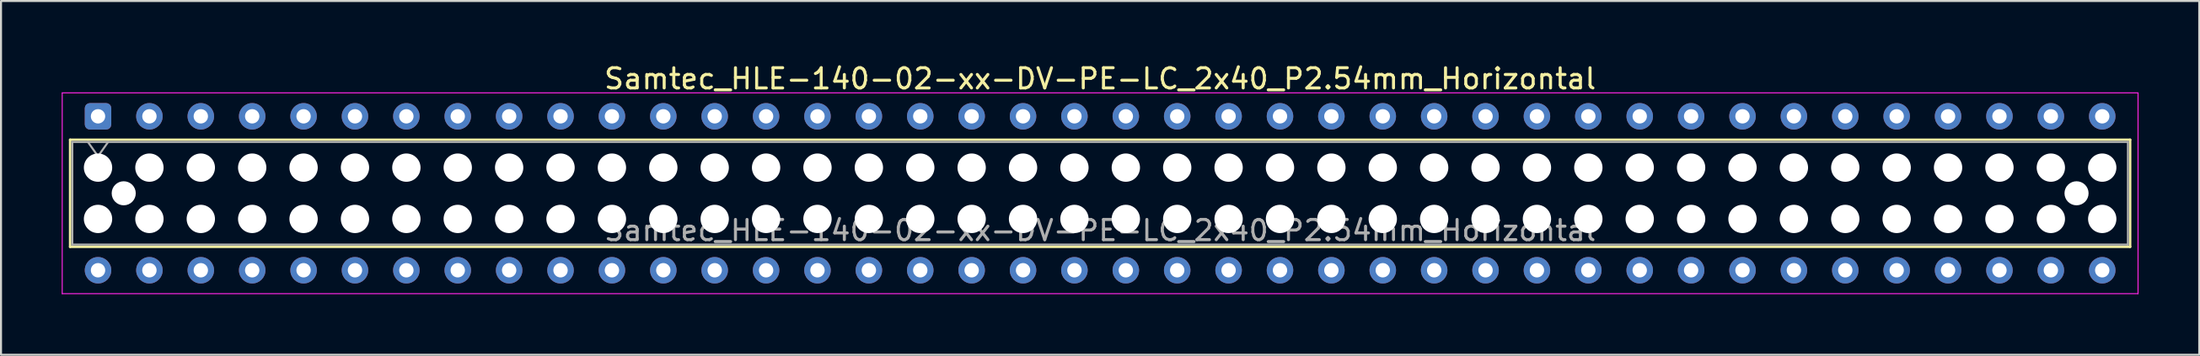
<source format=kicad_pcb>
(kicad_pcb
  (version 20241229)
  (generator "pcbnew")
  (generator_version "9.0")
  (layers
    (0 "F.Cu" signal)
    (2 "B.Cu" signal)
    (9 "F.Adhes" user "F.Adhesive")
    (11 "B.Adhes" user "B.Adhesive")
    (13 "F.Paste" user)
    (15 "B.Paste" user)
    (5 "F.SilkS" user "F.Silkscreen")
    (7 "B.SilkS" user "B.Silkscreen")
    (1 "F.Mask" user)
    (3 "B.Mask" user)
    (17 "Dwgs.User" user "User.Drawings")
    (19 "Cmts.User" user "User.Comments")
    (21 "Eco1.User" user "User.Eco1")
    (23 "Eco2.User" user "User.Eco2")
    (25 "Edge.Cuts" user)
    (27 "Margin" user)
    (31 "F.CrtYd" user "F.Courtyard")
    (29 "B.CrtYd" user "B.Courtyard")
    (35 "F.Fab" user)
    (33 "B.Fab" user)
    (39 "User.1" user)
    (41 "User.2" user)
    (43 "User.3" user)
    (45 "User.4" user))
  (footprint "Samtec_HLE-140-02-xx-DV-PE-LC_2x40_P2.54mm_Horizontal"
    (layer "F.Cu")
    (at 1.795 2.708)
    (property "Reference" "Samtec_HLE-140-02-xx-DV-PE-LC_2x40_P2.54mm_Horizontal" (at 49.53 -1.86 0) (layer "F.SilkS") (effects (font (size 1 1) (thickness 0.15))))
    (attr through_hole)
    (fp_line (start -1.38 1.16) (end 100.44 1.16) (stroke (width 0.12) (type solid)) (layer "F.SilkS"))
    (fp_line (start -1.38 6.46) (end -1.38 1.16) (stroke (width 0.12) (type solid)) (layer "F.SilkS"))
    (fp_line (start 100.44 1.16) (end 100.44 6.46) (stroke (width 0.12) (type solid)) (layer "F.SilkS"))
    (fp_line (start 100.44 6.46) (end -1.38 6.46) (stroke (width 0.12) (type solid)) (layer "F.SilkS"))
    (fp_line (start -1.77 -1.16) (end 100.83 -1.16) (stroke (width 0.05) (type solid)) (layer "F.CrtYd"))
    (fp_line (start -1.77 8.78) (end -1.77 -1.16) (stroke (width 0.05) (type solid)) (layer "F.CrtYd"))
    (fp_line (start 100.83 -1.16) (end 100.83 8.78) (stroke (width 0.05) (type solid)) (layer "F.CrtYd"))
    (fp_line (start 100.83 8.78) (end -1.77 8.78) (stroke (width 0.05) (type solid)) (layer "F.CrtYd"))
    (fp_line (start -1.27 1.27) (end 100.33 1.27) (stroke (width 0.1) (type solid)) (layer "F.Fab"))
    (fp_line (start -1.27 6.35) (end -1.27 1.27) (stroke (width 0.1) (type solid)) (layer "F.Fab"))
    (fp_line (start -0.5 1.27) (end 0 1.977) (stroke (width 0.1) (type solid)) (layer "F.Fab"))
    (fp_line (start 0 1.977) (end 0.5 1.27) (stroke (width 0.1) (type solid)) (layer "F.Fab"))
    (fp_line (start 100.33 1.27) (end 100.33 6.35) (stroke (width 0.1) (type solid)) (layer "F.Fab"))
    (fp_line (start 100.33 6.35) (end -1.27 6.35) (stroke (width 0.1) (type solid)) (layer "F.Fab"))
    (fp_text user "${REFERENCE}" (at 49.53 5.65 0) (layer "F.Fab") (effects (font (size 1 1) (thickness 0.15))))
    (pad "" np_thru_hole circle (at 0 2.54) (size 1.4 1.4) (drill 1.4) (layers "*.Cu" "*.Mask"))
    (pad "" np_thru_hole circle (at 0 5.08) (size 1.4 1.4) (drill 1.4) (layers "*.Cu" "*.Mask"))
    (pad "" np_thru_hole circle (at 1.27 3.81) (size 1.19 1.19) (drill 1.19) (layers "*.Cu" "*.Mask"))
    (pad "" np_thru_hole circle (at 2.54 2.54) (size 1.4 1.4) (drill 1.4) (layers "*.Cu" "*.Mask"))
    (pad "" np_thru_hole circle (at 2.54 5.08) (size 1.4 1.4) (drill 1.4) (layers "*.Cu" "*.Mask"))
    (pad "" np_thru_hole circle (at 5.08 2.54) (size 1.4 1.4) (drill 1.4) (layers "*.Cu" "*.Mask"))
    (pad "" np_thru_hole circle (at 5.08 5.08) (size 1.4 1.4) (drill 1.4) (layers "*.Cu" "*.Mask"))
    (pad "" np_thru_hole circle (at 7.62 2.54) (size 1.4 1.4) (drill 1.4) (layers "*.Cu" "*.Mask"))
    (pad "" np_thru_hole circle (at 7.62 5.08) (size 1.4 1.4) (drill 1.4) (layers "*.Cu" "*.Mask"))
    (pad "" np_thru_hole circle (at 10.16 2.54) (size 1.4 1.4) (drill 1.4) (layers "*.Cu" "*.Mask"))
    (pad "" np_thru_hole circle (at 10.16 5.08) (size 1.4 1.4) (drill 1.4) (layers "*.Cu" "*.Mask"))
    (pad "" np_thru_hole circle (at 12.7 2.54) (size 1.4 1.4) (drill 1.4) (layers "*.Cu" "*.Mask"))
    (pad "" np_thru_hole circle (at 12.7 5.08) (size 1.4 1.4) (drill 1.4) (layers "*.Cu" "*.Mask"))
    (pad "" np_thru_hole circle (at 15.24 2.54) (size 1.4 1.4) (drill 1.4) (layers "*.Cu" "*.Mask"))
    (pad "" np_thru_hole circle (at 15.24 5.08) (size 1.4 1.4) (drill 1.4) (layers "*.Cu" "*.Mask"))
    (pad "" np_thru_hole circle (at 17.78 2.54) (size 1.4 1.4) (drill 1.4) (layers "*.Cu" "*.Mask"))
    (pad "" np_thru_hole circle (at 17.78 5.08) (size 1.4 1.4) (drill 1.4) (layers "*.Cu" "*.Mask"))
    (pad "" np_thru_hole circle (at 20.32 2.54) (size 1.4 1.4) (drill 1.4) (layers "*.Cu" "*.Mask"))
    (pad "" np_thru_hole circle (at 20.32 5.08) (size 1.4 1.4) (drill 1.4) (layers "*.Cu" "*.Mask"))
    (pad "" np_thru_hole circle (at 22.86 2.54) (size 1.4 1.4) (drill 1.4) (layers "*.Cu" "*.Mask"))
    (pad "" np_thru_hole circle (at 22.86 5.08) (size 1.4 1.4) (drill 1.4) (layers "*.Cu" "*.Mask"))
    (pad "" np_thru_hole circle (at 25.4 2.54) (size 1.4 1.4) (drill 1.4) (layers "*.Cu" "*.Mask"))
    (pad "" np_thru_hole circle (at 25.4 5.08) (size 1.4 1.4) (drill 1.4) (layers "*.Cu" "*.Mask"))
    (pad "" np_thru_hole circle (at 27.94 2.54) (size 1.4 1.4) (drill 1.4) (layers "*.Cu" "*.Mask"))
    (pad "" np_thru_hole circle (at 27.94 5.08) (size 1.4 1.4) (drill 1.4) (layers "*.Cu" "*.Mask"))
    (pad "" np_thru_hole circle (at 30.48 2.54) (size 1.4 1.4) (drill 1.4) (layers "*.Cu" "*.Mask"))
    (pad "" np_thru_hole circle (at 30.48 5.08) (size 1.4 1.4) (drill 1.4) (layers "*.Cu" "*.Mask"))
    (pad "" np_thru_hole circle (at 33.02 2.54) (size 1.4 1.4) (drill 1.4) (layers "*.Cu" "*.Mask"))
    (pad "" np_thru_hole circle (at 33.02 5.08) (size 1.4 1.4) (drill 1.4) (layers "*.Cu" "*.Mask"))
    (pad "" np_thru_hole circle (at 35.56 2.54) (size 1.4 1.4) (drill 1.4) (layers "*.Cu" "*.Mask"))
    (pad "" np_thru_hole circle (at 35.56 5.08) (size 1.4 1.4) (drill 1.4) (layers "*.Cu" "*.Mask"))
    (pad "" np_thru_hole circle (at 38.1 2.54) (size 1.4 1.4) (drill 1.4) (layers "*.Cu" "*.Mask"))
    (pad "" np_thru_hole circle (at 38.1 5.08) (size 1.4 1.4) (drill 1.4) (layers "*.Cu" "*.Mask"))
    (pad "" np_thru_hole circle (at 40.64 2.54) (size 1.4 1.4) (drill 1.4) (layers "*.Cu" "*.Mask"))
    (pad "" np_thru_hole circle (at 40.64 5.08) (size 1.4 1.4) (drill 1.4) (layers "*.Cu" "*.Mask"))
    (pad "" np_thru_hole circle (at 43.18 2.54) (size 1.4 1.4) (drill 1.4) (layers "*.Cu" "*.Mask"))
    (pad "" np_thru_hole circle (at 43.18 5.08) (size 1.4 1.4) (drill 1.4) (layers "*.Cu" "*.Mask"))
    (pad "" np_thru_hole circle (at 45.72 2.54) (size 1.4 1.4) (drill 1.4) (layers "*.Cu" "*.Mask"))
    (pad "" np_thru_hole circle (at 45.72 5.08) (size 1.4 1.4) (drill 1.4) (layers "*.Cu" "*.Mask"))
    (pad "" np_thru_hole circle (at 48.26 2.54) (size 1.4 1.4) (drill 1.4) (layers "*.Cu" "*.Mask"))
    (pad "" np_thru_hole circle (at 48.26 5.08) (size 1.4 1.4) (drill 1.4) (layers "*.Cu" "*.Mask"))
    (pad "" np_thru_hole circle (at 50.8 2.54) (size 1.4 1.4) (drill 1.4) (layers "*.Cu" "*.Mask"))
    (pad "" np_thru_hole circle (at 50.8 5.08) (size 1.4 1.4) (drill 1.4) (layers "*.Cu" "*.Mask"))
    (pad "" np_thru_hole circle (at 53.34 2.54) (size 1.4 1.4) (drill 1.4) (layers "*.Cu" "*.Mask"))
    (pad "" np_thru_hole circle (at 53.34 5.08) (size 1.4 1.4) (drill 1.4) (layers "*.Cu" "*.Mask"))
    (pad "" np_thru_hole circle (at 55.88 2.54) (size 1.4 1.4) (drill 1.4) (layers "*.Cu" "*.Mask"))
    (pad "" np_thru_hole circle (at 55.88 5.08) (size 1.4 1.4) (drill 1.4) (layers "*.Cu" "*.Mask"))
    (pad "" np_thru_hole circle (at 58.42 2.54) (size 1.4 1.4) (drill 1.4) (layers "*.Cu" "*.Mask"))
    (pad "" np_thru_hole circle (at 58.42 5.08) (size 1.4 1.4) (drill 1.4) (layers "*.Cu" "*.Mask"))
    (pad "" np_thru_hole circle (at 60.96 2.54) (size 1.4 1.4) (drill 1.4) (layers "*.Cu" "*.Mask"))
    (pad "" np_thru_hole circle (at 60.96 5.08) (size 1.4 1.4) (drill 1.4) (layers "*.Cu" "*.Mask"))
    (pad "" np_thru_hole circle (at 63.5 2.54) (size 1.4 1.4) (drill 1.4) (layers "*.Cu" "*.Mask"))
    (pad "" np_thru_hole circle (at 63.5 5.08) (size 1.4 1.4) (drill 1.4) (layers "*.Cu" "*.Mask"))
    (pad "" np_thru_hole circle (at 66.04 2.54) (size 1.4 1.4) (drill 1.4) (layers "*.Cu" "*.Mask"))
    (pad "" np_thru_hole circle (at 66.04 5.08) (size 1.4 1.4) (drill 1.4) (layers "*.Cu" "*.Mask"))
    (pad "" np_thru_hole circle (at 68.58 2.54) (size 1.4 1.4) (drill 1.4) (layers "*.Cu" "*.Mask"))
    (pad "" np_thru_hole circle (at 68.58 5.08) (size 1.4 1.4) (drill 1.4) (layers "*.Cu" "*.Mask"))
    (pad "" np_thru_hole circle (at 71.12 2.54) (size 1.4 1.4) (drill 1.4) (layers "*.Cu" "*.Mask"))
    (pad "" np_thru_hole circle (at 71.12 5.08) (size 1.4 1.4) (drill 1.4) (layers "*.Cu" "*.Mask"))
    (pad "" np_thru_hole circle (at 73.66 2.54) (size 1.4 1.4) (drill 1.4) (layers "*.Cu" "*.Mask"))
    (pad "" np_thru_hole circle (at 73.66 5.08) (size 1.4 1.4) (drill 1.4) (layers "*.Cu" "*.Mask"))
    (pad "" np_thru_hole circle (at 76.2 2.54) (size 1.4 1.4) (drill 1.4) (layers "*.Cu" "*.Mask"))
    (pad "" np_thru_hole circle (at 76.2 5.08) (size 1.4 1.4) (drill 1.4) (layers "*.Cu" "*.Mask"))
    (pad "" np_thru_hole circle (at 78.74 2.54) (size 1.4 1.4) (drill 1.4) (layers "*.Cu" "*.Mask"))
    (pad "" np_thru_hole circle (at 78.74 5.08) (size 1.4 1.4) (drill 1.4) (layers "*.Cu" "*.Mask"))
    (pad "" np_thru_hole circle (at 81.28 2.54) (size 1.4 1.4) (drill 1.4) (layers "*.Cu" "*.Mask"))
    (pad "" np_thru_hole circle (at 81.28 5.08) (size 1.4 1.4) (drill 1.4) (layers "*.Cu" "*.Mask"))
    (pad "" np_thru_hole circle (at 83.82 2.54) (size 1.4 1.4) (drill 1.4) (layers "*.Cu" "*.Mask"))
    (pad "" np_thru_hole circle (at 83.82 5.08) (size 1.4 1.4) (drill 1.4) (layers "*.Cu" "*.Mask"))
    (pad "" np_thru_hole circle (at 86.36 2.54) (size 1.4 1.4) (drill 1.4) (layers "*.Cu" "*.Mask"))
    (pad "" np_thru_hole circle (at 86.36 5.08) (size 1.4 1.4) (drill 1.4) (layers "*.Cu" "*.Mask"))
    (pad "" np_thru_hole circle (at 88.9 2.54) (size 1.4 1.4) (drill 1.4) (layers "*.Cu" "*.Mask"))
    (pad "" np_thru_hole circle (at 88.9 5.08) (size 1.4 1.4) (drill 1.4) (layers "*.Cu" "*.Mask"))
    (pad "" np_thru_hole circle (at 91.44 2.54) (size 1.4 1.4) (drill 1.4) (layers "*.Cu" "*.Mask"))
    (pad "" np_thru_hole circle (at 91.44 5.08) (size 1.4 1.4) (drill 1.4) (layers "*.Cu" "*.Mask"))
    (pad "" np_thru_hole circle (at 93.98 2.54) (size 1.4 1.4) (drill 1.4) (layers "*.Cu" "*.Mask"))
    (pad "" np_thru_hole circle (at 93.98 5.08) (size 1.4 1.4) (drill 1.4) (layers "*.Cu" "*.Mask"))
    (pad "" np_thru_hole circle (at 96.52 2.54) (size 1.4 1.4) (drill 1.4) (layers "*.Cu" "*.Mask"))
    (pad "" np_thru_hole circle (at 96.52 5.08) (size 1.4 1.4) (drill 1.4) (layers "*.Cu" "*.Mask"))
    (pad "" np_thru_hole circle (at 97.79 3.81) (size 1.19 1.19) (drill 1.19) (layers "*.Cu" "*.Mask"))
    (pad "" np_thru_hole circle (at 99.06 2.54) (size 1.4 1.4) (drill 1.4) (layers "*.Cu" "*.Mask"))
    (pad "" np_thru_hole circle (at 99.06 5.08) (size 1.4 1.4) (drill 1.4) (layers "*.Cu" "*.Mask"))
    (pad "1" thru_hole roundrect (at 0 0) (size 1.31 1.31) (drill 0.71) (layers "*.Cu" "*.Mask") (roundrect_rratio 0.191))
    (pad "2" thru_hole circle (at 0 7.62) (size 1.31 1.31) (drill 0.71) (layers "*.Cu" "*.Mask"))
    (pad "3" thru_hole circle (at 2.54 0) (size 1.31 1.31) (drill 0.71) (layers "*.Cu" "*.Mask"))
    (pad "4" thru_hole circle (at 2.54 7.62) (size 1.31 1.31) (drill 0.71) (layers "*.Cu" "*.Mask"))
    (pad "5" thru_hole circle (at 5.08 0) (size 1.31 1.31) (drill 0.71) (layers "*.Cu" "*.Mask"))
    (pad "6" thru_hole circle (at 5.08 7.62) (size 1.31 1.31) (drill 0.71) (layers "*.Cu" "*.Mask"))
    (pad "7" thru_hole circle (at 7.62 0) (size 1.31 1.31) (drill 0.71) (layers "*.Cu" "*.Mask"))
    (pad "8" thru_hole circle (at 7.62 7.62) (size 1.31 1.31) (drill 0.71) (layers "*.Cu" "*.Mask"))
    (pad "9" thru_hole circle (at 10.16 0) (size 1.31 1.31) (drill 0.71) (layers "*.Cu" "*.Mask"))
    (pad "10" thru_hole circle (at 10.16 7.62) (size 1.31 1.31) (drill 0.71) (layers "*.Cu" "*.Mask"))
    (pad "11" thru_hole circle (at 12.7 0) (size 1.31 1.31) (drill 0.71) (layers "*.Cu" "*.Mask"))
    (pad "12" thru_hole circle (at 12.7 7.62) (size 1.31 1.31) (drill 0.71) (layers "*.Cu" "*.Mask"))
    (pad "13" thru_hole circle (at 15.24 0) (size 1.31 1.31) (drill 0.71) (layers "*.Cu" "*.Mask"))
    (pad "14" thru_hole circle (at 15.24 7.62) (size 1.31 1.31) (drill 0.71) (layers "*.Cu" "*.Mask"))
    (pad "15" thru_hole circle (at 17.78 0) (size 1.31 1.31) (drill 0.71) (layers "*.Cu" "*.Mask"))
    (pad "16" thru_hole circle (at 17.78 7.62) (size 1.31 1.31) (drill 0.71) (layers "*.Cu" "*.Mask"))
    (pad "17" thru_hole circle (at 20.32 0) (size 1.31 1.31) (drill 0.71) (layers "*.Cu" "*.Mask"))
    (pad "18" thru_hole circle (at 20.32 7.62) (size 1.31 1.31) (drill 0.71) (layers "*.Cu" "*.Mask"))
    (pad "19" thru_hole circle (at 22.86 0) (size 1.31 1.31) (drill 0.71) (layers "*.Cu" "*.Mask"))
    (pad "20" thru_hole circle (at 22.86 7.62) (size 1.31 1.31) (drill 0.71) (layers "*.Cu" "*.Mask"))
    (pad "21" thru_hole circle (at 25.4 0) (size 1.31 1.31) (drill 0.71) (layers "*.Cu" "*.Mask"))
    (pad "22" thru_hole circle (at 25.4 7.62) (size 1.31 1.31) (drill 0.71) (layers "*.Cu" "*.Mask"))
    (pad "23" thru_hole circle (at 27.94 0) (size 1.31 1.31) (drill 0.71) (layers "*.Cu" "*.Mask"))
    (pad "24" thru_hole circle (at 27.94 7.62) (size 1.31 1.31) (drill 0.71) (layers "*.Cu" "*.Mask"))
    (pad "25" thru_hole circle (at 30.48 0) (size 1.31 1.31) (drill 0.71) (layers "*.Cu" "*.Mask"))
    (pad "26" thru_hole circle (at 30.48 7.62) (size 1.31 1.31) (drill 0.71) (layers "*.Cu" "*.Mask"))
    (pad "27" thru_hole circle (at 33.02 0) (size 1.31 1.31) (drill 0.71) (layers "*.Cu" "*.Mask"))
    (pad "28" thru_hole circle (at 33.02 7.62) (size 1.31 1.31) (drill 0.71) (layers "*.Cu" "*.Mask"))
    (pad "29" thru_hole circle (at 35.56 0) (size 1.31 1.31) (drill 0.71) (layers "*.Cu" "*.Mask"))
    (pad "30" thru_hole circle (at 35.56 7.62) (size 1.31 1.31) (drill 0.71) (layers "*.Cu" "*.Mask"))
    (pad "31" thru_hole circle (at 38.1 0) (size 1.31 1.31) (drill 0.71) (layers "*.Cu" "*.Mask"))
    (pad "32" thru_hole circle (at 38.1 7.62) (size 1.31 1.31) (drill 0.71) (layers "*.Cu" "*.Mask"))
    (pad "33" thru_hole circle (at 40.64 0) (size 1.31 1.31) (drill 0.71) (layers "*.Cu" "*.Mask"))
    (pad "34" thru_hole circle (at 40.64 7.62) (size 1.31 1.31) (drill 0.71) (layers "*.Cu" "*.Mask"))
    (pad "35" thru_hole circle (at 43.18 0) (size 1.31 1.31) (drill 0.71) (layers "*.Cu" "*.Mask"))
    (pad "36" thru_hole circle (at 43.18 7.62) (size 1.31 1.31) (drill 0.71) (layers "*.Cu" "*.Mask"))
    (pad "37" thru_hole circle (at 45.72 0) (size 1.31 1.31) (drill 0.71) (layers "*.Cu" "*.Mask"))
    (pad "38" thru_hole circle (at 45.72 7.62) (size 1.31 1.31) (drill 0.71) (layers "*.Cu" "*.Mask"))
    (pad "39" thru_hole circle (at 48.26 0) (size 1.31 1.31) (drill 0.71) (layers "*.Cu" "*.Mask"))
    (pad "40" thru_hole circle (at 48.26 7.62) (size 1.31 1.31) (drill 0.71) (layers "*.Cu" "*.Mask"))
    (pad "41" thru_hole circle (at 50.8 0) (size 1.31 1.31) (drill 0.71) (layers "*.Cu" "*.Mask"))
    (pad "42" thru_hole circle (at 50.8 7.62) (size 1.31 1.31) (drill 0.71) (layers "*.Cu" "*.Mask"))
    (pad "43" thru_hole circle (at 53.34 0) (size 1.31 1.31) (drill 0.71) (layers "*.Cu" "*.Mask"))
    (pad "44" thru_hole circle (at 53.34 7.62) (size 1.31 1.31) (drill 0.71) (layers "*.Cu" "*.Mask"))
    (pad "45" thru_hole circle (at 55.88 0) (size 1.31 1.31) (drill 0.71) (layers "*.Cu" "*.Mask"))
    (pad "46" thru_hole circle (at 55.88 7.62) (size 1.31 1.31) (drill 0.71) (layers "*.Cu" "*.Mask"))
    (pad "47" thru_hole circle (at 58.42 0) (size 1.31 1.31) (drill 0.71) (layers "*.Cu" "*.Mask"))
    (pad "48" thru_hole circle (at 58.42 7.62) (size 1.31 1.31) (drill 0.71) (layers "*.Cu" "*.Mask"))
    (pad "49" thru_hole circle (at 60.96 0) (size 1.31 1.31) (drill 0.71) (layers "*.Cu" "*.Mask"))
    (pad "50" thru_hole circle (at 60.96 7.62) (size 1.31 1.31) (drill 0.71) (layers "*.Cu" "*.Mask"))
    (pad "51" thru_hole circle (at 63.5 0) (size 1.31 1.31) (drill 0.71) (layers "*.Cu" "*.Mask"))
    (pad "52" thru_hole circle (at 63.5 7.62) (size 1.31 1.31) (drill 0.71) (layers "*.Cu" "*.Mask"))
    (pad "53" thru_hole circle (at 66.04 0) (size 1.31 1.31) (drill 0.71) (layers "*.Cu" "*.Mask"))
    (pad "54" thru_hole circle (at 66.04 7.62) (size 1.31 1.31) (drill 0.71) (layers "*.Cu" "*.Mask"))
    (pad "55" thru_hole circle (at 68.58 0) (size 1.31 1.31) (drill 0.71) (layers "*.Cu" "*.Mask"))
    (pad "56" thru_hole circle (at 68.58 7.62) (size 1.31 1.31) (drill 0.71) (layers "*.Cu" "*.Mask"))
    (pad "57" thru_hole circle (at 71.12 0) (size 1.31 1.31) (drill 0.71) (layers "*.Cu" "*.Mask"))
    (pad "58" thru_hole circle (at 71.12 7.62) (size 1.31 1.31) (drill 0.71) (layers "*.Cu" "*.Mask"))
    (pad "59" thru_hole circle (at 73.66 0) (size 1.31 1.31) (drill 0.71) (layers "*.Cu" "*.Mask"))
    (pad "60" thru_hole circle (at 73.66 7.62) (size 1.31 1.31) (drill 0.71) (layers "*.Cu" "*.Mask"))
    (pad "61" thru_hole circle (at 76.2 0) (size 1.31 1.31) (drill 0.71) (layers "*.Cu" "*.Mask"))
    (pad "62" thru_hole circle (at 76.2 7.62) (size 1.31 1.31) (drill 0.71) (layers "*.Cu" "*.Mask"))
    (pad "63" thru_hole circle (at 78.74 0) (size 1.31 1.31) (drill 0.71) (layers "*.Cu" "*.Mask"))
    (pad "64" thru_hole circle (at 78.74 7.62) (size 1.31 1.31) (drill 0.71) (layers "*.Cu" "*.Mask"))
    (pad "65" thru_hole circle (at 81.28 0) (size 1.31 1.31) (drill 0.71) (layers "*.Cu" "*.Mask"))
    (pad "66" thru_hole circle (at 81.28 7.62) (size 1.31 1.31) (drill 0.71) (layers "*.Cu" "*.Mask"))
    (pad "67" thru_hole circle (at 83.82 0) (size 1.31 1.31) (drill 0.71) (layers "*.Cu" "*.Mask"))
    (pad "68" thru_hole circle (at 83.82 7.62) (size 1.31 1.31) (drill 0.71) (layers "*.Cu" "*.Mask"))
    (pad "69" thru_hole circle (at 86.36 0) (size 1.31 1.31) (drill 0.71) (layers "*.Cu" "*.Mask"))
    (pad "70" thru_hole circle (at 86.36 7.62) (size 1.31 1.31) (drill 0.71) (layers "*.Cu" "*.Mask"))
    (pad "71" thru_hole circle (at 88.9 0) (size 1.31 1.31) (drill 0.71) (layers "*.Cu" "*.Mask"))
    (pad "72" thru_hole circle (at 88.9 7.62) (size 1.31 1.31) (drill 0.71) (layers "*.Cu" "*.Mask"))
    (pad "73" thru_hole circle (at 91.44 0) (size 1.31 1.31) (drill 0.71) (layers "*.Cu" "*.Mask"))
    (pad "74" thru_hole circle (at 91.44 7.62) (size 1.31 1.31) (drill 0.71) (layers "*.Cu" "*.Mask"))
    (pad "75" thru_hole circle (at 93.98 0) (size 1.31 1.31) (drill 0.71) (layers "*.Cu" "*.Mask"))
    (pad "76" thru_hole circle (at 93.98 7.62) (size 1.31 1.31) (drill 0.71) (layers "*.Cu" "*.Mask"))
    (pad "77" thru_hole circle (at 96.52 0) (size 1.31 1.31) (drill 0.71) (layers "*.Cu" "*.Mask"))
    (pad "78" thru_hole circle (at 96.52 7.62) (size 1.31 1.31) (drill 0.71) (layers "*.Cu" "*.Mask"))
    (pad "79" thru_hole circle (at 99.06 0) (size 1.31 1.31) (drill 0.71) (layers "*.Cu" "*.Mask"))
    (pad "80" thru_hole circle (at 99.06 7.62) (size 1.31 1.31) (drill 0.71) (layers "*.Cu" "*.Mask")))
  (gr_rect
    (start -3 -3)
    (end 105.65 14.513)
    (stroke (width 0.1) (type default))
    (fill no)
    (layer "Edge.Cuts")))
</source>
